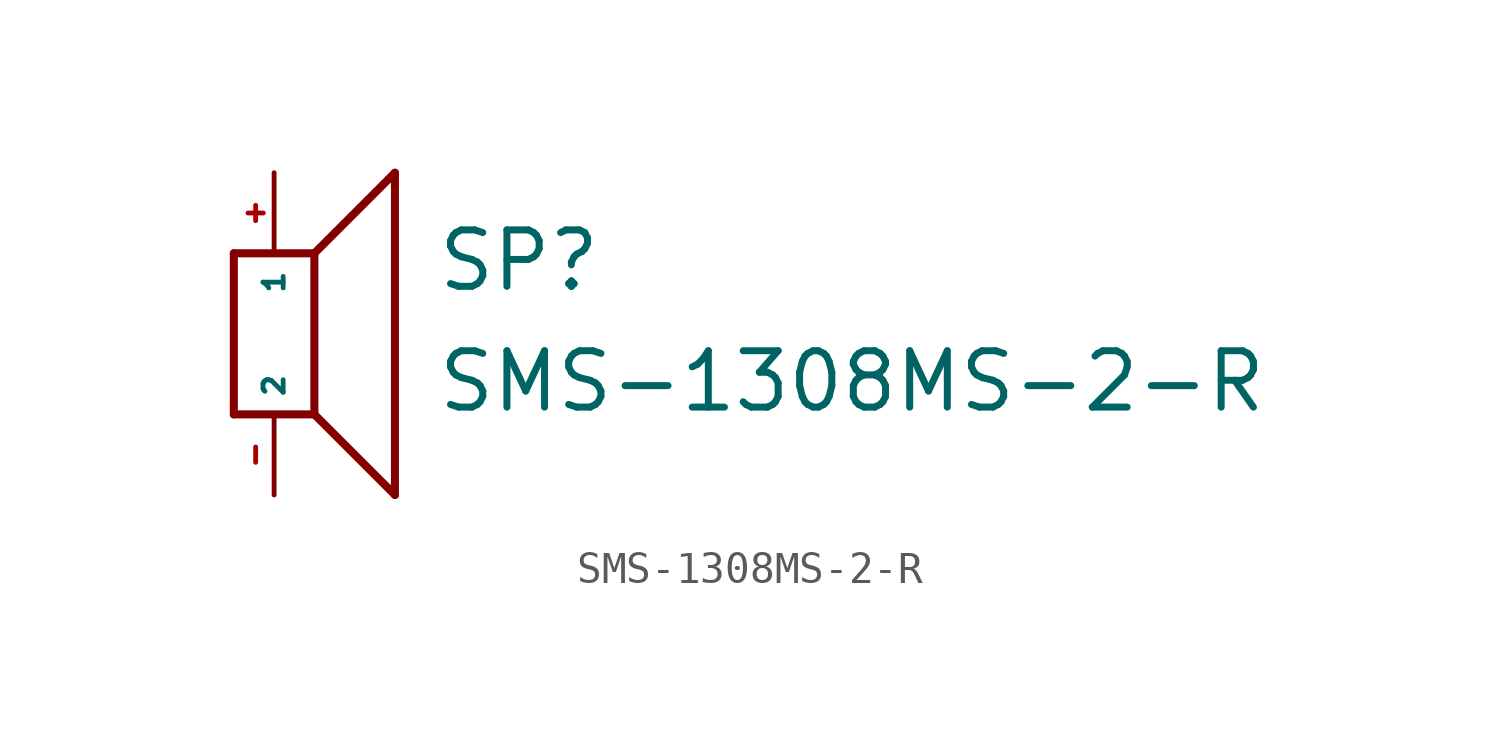
<source format=kicad_sym>
(kicad_symbol_lib
  (version 20220914)
  (generator Eagle2Kicad)
  (symbol "SMS-1308MS-2-R"
    (property "Reference" "SP"
      (at 5.08 1.27 0)
      (effects (font (size 1.778 1.778) (thickness 0.22)) (justify left bottom)))
    (property "Value" "SMS-1308MS-2-R"
      (at 5.08 -2.54 0)
      (effects (font (size 1.778 1.778) (thickness 0.22)) (justify left bottom)))
    (polyline
      (pts (xy -1.27 2.54) (xy -1.27 -2.54))
      (stroke (width 0.254) (type default))
      (fill (type none)))
    (polyline
      (pts (xy -1.27 -2.54) (xy 1.27 -2.54))
      (stroke (width 0.254) (type default))
      (fill (type none)))
    (polyline
      (pts (xy 1.27 -2.54) (xy 1.27 2.54))
      (stroke (width 0.254) (type default))
      (fill (type none)))
    (polyline
      (pts (xy 1.27 2.54) (xy -1.27 2.54))
      (stroke (width 0.254) (type default))
      (fill (type none)))
    (polyline
      (pts (xy 1.27 2.54) (xy 3.81 5.08))
      (stroke (width 0.254) (type default))
      (fill (type none)))
    (polyline
      (pts (xy 3.81 5.08) (xy 3.81 -5.08))
      (stroke (width 0.254) (type default))
      (fill (type none)))
    (polyline
      (pts (xy 3.81 -5.08) (xy 1.27 -2.54))
      (stroke (width 0.254) (type default))
      (fill (type none)))
    (pin passive line
      (at 0 5.08 270)
      (length 2.54)
      (name "1" (effects (font (size 0.635 0.635) (thickness 0.08)) (justify left bottom)))
      (number "+" (effects (font (size 0.635 0.635) (thickness 0.08)) (justify left bottom))))
    (pin passive line
      (at 0 -5.08 90)
      (length 2.54)
      (name "2" (effects (font (size 0.635 0.635) (thickness 0.08)) (justify left bottom)))
      (number "-" (effects (font (size 0.635 0.635) (thickness 0.08)) (justify left bottom))))))
</source>
